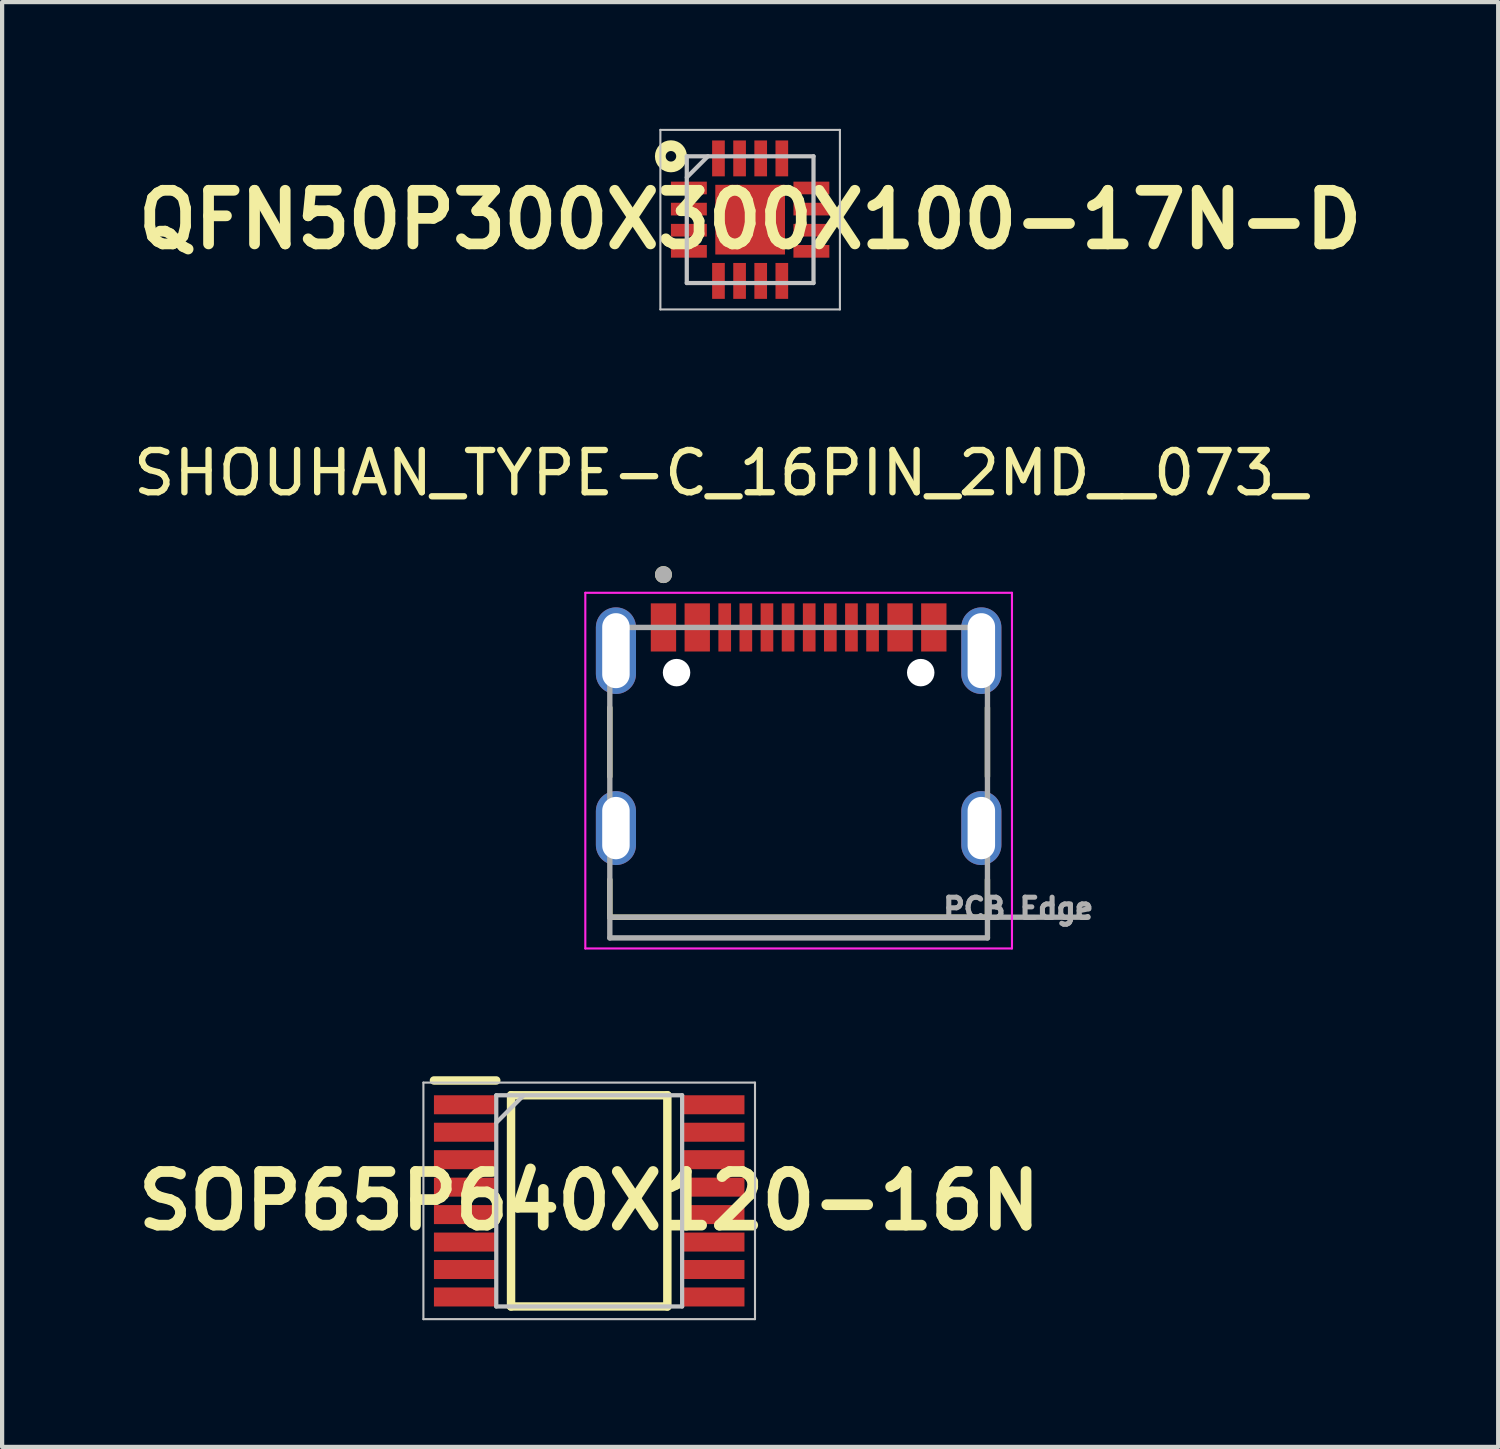
<source format=kicad_pcb>
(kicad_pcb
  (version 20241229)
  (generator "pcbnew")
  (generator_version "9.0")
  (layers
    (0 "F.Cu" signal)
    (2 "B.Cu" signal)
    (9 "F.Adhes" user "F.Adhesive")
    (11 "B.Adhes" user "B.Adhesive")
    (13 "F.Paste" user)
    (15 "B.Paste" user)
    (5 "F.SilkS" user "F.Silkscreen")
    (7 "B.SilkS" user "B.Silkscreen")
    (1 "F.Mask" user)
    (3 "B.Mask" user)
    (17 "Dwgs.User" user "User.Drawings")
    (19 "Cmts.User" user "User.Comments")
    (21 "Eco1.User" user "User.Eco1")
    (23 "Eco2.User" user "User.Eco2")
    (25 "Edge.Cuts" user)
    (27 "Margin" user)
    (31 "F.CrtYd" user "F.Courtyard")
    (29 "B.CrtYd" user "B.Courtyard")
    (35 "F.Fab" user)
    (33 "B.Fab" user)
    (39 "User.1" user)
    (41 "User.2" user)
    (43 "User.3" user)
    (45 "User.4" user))
  (footprint "SOP65P640X120-16N"
    (layer "F.Cu")
    (at 10.898 25.378)
    (property "Reference" "SOP65P640X120-16N" (at 0 0 0) (layer "F.SilkS") (effects (font (size 1.27 1.27) (thickness 0.254))))
    (attr smd)
    (fp_line (start -3.675 -2.85) (end -2.2 -2.85) (stroke (width 0.2) (type solid)) (layer "F.SilkS"))
    (fp_line (start -1.85 -2.5) (end 1.85 -2.5) (stroke (width 0.2) (type solid)) (layer "F.SilkS"))
    (fp_line (start -1.85 2.5) (end -1.85 -2.5) (stroke (width 0.2) (type solid)) (layer "F.SilkS"))
    (fp_line (start 1.85 -2.5) (end 1.85 2.5) (stroke (width 0.2) (type solid)) (layer "F.SilkS"))
    (fp_line (start 1.85 2.5) (end -1.85 2.5) (stroke (width 0.2) (type solid)) (layer "F.SilkS"))
    (fp_line (start -3.925 -2.8) (end 3.925 -2.8) (stroke (width 0.05) (type solid)) (layer "Dwgs.User"))
    (fp_line (start -3.925 2.8) (end -3.925 -2.8) (stroke (width 0.05) (type solid)) (layer "Dwgs.User"))
    (fp_line (start -2.2 -2.5) (end 2.2 -2.5) (stroke (width 0.1) (type solid)) (layer "Dwgs.User"))
    (fp_line (start -2.2 -1.85) (end -1.55 -2.5) (stroke (width 0.1) (type solid)) (layer "Dwgs.User"))
    (fp_line (start -2.2 2.5) (end -2.2 -2.5) (stroke (width 0.1) (type solid)) (layer "Dwgs.User"))
    (fp_line (start 2.2 -2.5) (end 2.2 2.5) (stroke (width 0.1) (type solid)) (layer "Dwgs.User"))
    (fp_line (start 2.2 2.5) (end -2.2 2.5) (stroke (width 0.1) (type solid)) (layer "Dwgs.User"))
    (fp_line (start 3.925 -2.8) (end 3.925 2.8) (stroke (width 0.05) (type solid)) (layer "Dwgs.User"))
    (fp_line (start 3.925 2.8) (end -3.925 2.8) (stroke (width 0.05) (type solid)) (layer "Dwgs.User"))
    (pad "1" smd rect (at -2.938 -2.275 90) (size 0.45 1.475) (layers "F.Cu" "F.Mask" "F.Paste"))
    (pad "2" smd rect (at -2.938 -1.625 90) (size 0.45 1.475) (layers "F.Cu" "F.Mask" "F.Paste"))
    (pad "3" smd rect (at -2.938 -0.975 90) (size 0.45 1.475) (layers "F.Cu" "F.Mask" "F.Paste"))
    (pad "4" smd rect (at -2.938 -0.325 90) (size 0.45 1.475) (layers "F.Cu" "F.Mask" "F.Paste"))
    (pad "5" smd rect (at -2.938 0.325 90) (size 0.45 1.475) (layers "F.Cu" "F.Mask" "F.Paste"))
    (pad "6" smd rect (at -2.938 0.975 90) (size 0.45 1.475) (layers "F.Cu" "F.Mask" "F.Paste"))
    (pad "7" smd rect (at -2.938 1.625 90) (size 0.45 1.475) (layers "F.Cu" "F.Mask" "F.Paste"))
    (pad "8" smd rect (at -2.938 2.275 90) (size 0.45 1.475) (layers "F.Cu" "F.Mask" "F.Paste"))
    (pad "9" smd rect (at 2.938 2.275 90) (size 0.45 1.475) (layers "F.Cu" "F.Mask" "F.Paste"))
    (pad "10" smd rect (at 2.938 1.625 90) (size 0.45 1.475) (layers "F.Cu" "F.Mask" "F.Paste"))
    (pad "11" smd rect (at 2.938 0.975 90) (size 0.45 1.475) (layers "F.Cu" "F.Mask" "F.Paste"))
    (pad "12" smd rect (at 2.938 0.325 90) (size 0.45 1.475) (layers "F.Cu" "F.Mask" "F.Paste"))
    (pad "13" smd rect (at 2.938 -0.325 90) (size 0.45 1.475) (layers "F.Cu" "F.Mask" "F.Paste"))
    (pad "14" smd rect (at 2.938 -0.975 90) (size 0.45 1.475) (layers "F.Cu" "F.Mask" "F.Paste"))
    (pad "15" smd rect (at 2.938 -1.625 90) (size 0.45 1.475) (layers "F.Cu" "F.Mask" "F.Paste"))
    (pad "16" smd rect (at 2.938 -2.275 90) (size 0.45 1.475) (layers "F.Cu" "F.Mask" "F.Paste")))
  (footprint "SHOUHAN_TYPE-C_16PIN_2MD__073_"
    (layer "F.Cu")
    (at 15.856 15.478)
    (property "Reference" "SHOUHAN_TYPE-C_16PIN_2MD__073_" (at -1.85 -7.33 0) (layer "F.SilkS") (effects (font (size 1 1) (thickness 0.15))))
    (attr smd)
    (fp_poly (pts (xy -3.55 -4.295) (xy -2.85 -4.295) (xy -2.85 -3.055) (xy -3.55 -3.055)) (stroke (width 0.01) (type solid)) (fill yes) (layer "F.Mask"))
    (fp_poly (pts (xy -2.75 -4.295) (xy -2.05 -4.295) (xy -2.05 -3.055) (xy -2.75 -3.055)) (stroke (width 0.01) (type solid)) (fill yes) (layer "F.Mask"))
    (fp_poly (pts (xy -1.95 -4.295) (xy -1.55 -4.295) (xy -1.55 -3.055) (xy -1.95 -3.055)) (stroke (width 0.01) (type solid)) (fill yes) (layer "F.Mask"))
    (fp_poly (pts (xy -1.45 -4.295) (xy -1.05 -4.295) (xy -1.05 -3.055) (xy -1.45 -3.055)) (stroke (width 0.01) (type solid)) (fill yes) (layer "F.Mask"))
    (fp_poly (pts (xy -0.95 -4.295) (xy -0.55 -4.295) (xy -0.55 -3.055) (xy -0.95 -3.055)) (stroke (width 0.01) (type solid)) (fill yes) (layer "F.Mask"))
    (fp_poly (pts (xy -0.45 -4.295) (xy -0.05 -4.295) (xy -0.05 -3.055) (xy -0.45 -3.055)) (stroke (width 0.01) (type solid)) (fill yes) (layer "F.Mask"))
    (fp_poly (pts (xy 0.05 -4.295) (xy 0.45 -4.295) (xy 0.45 -3.055) (xy 0.05 -3.055)) (stroke (width 0.01) (type solid)) (fill yes) (layer "F.Mask"))
    (fp_poly (pts (xy 0.55 -4.295) (xy 0.95 -4.295) (xy 0.95 -3.055) (xy 0.55 -3.055)) (stroke (width 0.01) (type solid)) (fill yes) (layer "F.Mask"))
    (fp_poly (pts (xy 1.05 -4.295) (xy 1.45 -4.295) (xy 1.45 -3.055) (xy 1.05 -3.055)) (stroke (width 0.01) (type solid)) (fill yes) (layer "F.Mask"))
    (fp_poly (pts (xy 1.55 -4.295) (xy 1.95 -4.295) (xy 1.95 -3.055) (xy 1.55 -3.055)) (stroke (width 0.01) (type solid)) (fill yes) (layer "F.Mask"))
    (fp_poly (pts (xy 2.05 -4.295) (xy 2.75 -4.295) (xy 2.75 -3.055) (xy 2.05 -3.055)) (stroke (width 0.01) (type solid)) (fill yes) (layer "F.Mask"))
    (fp_poly (pts (xy 2.85 -4.295) (xy 3.55 -4.295) (xy 3.55 -3.055) (xy 2.85 -3.055)) (stroke (width 0.01) (type solid)) (fill yes) (layer "F.Mask"))
    (fp_line (start -4.47 -1.775) (end -4.47 -0.145) (stroke (width 0.127) (type solid)) (layer "F.SilkS"))
    (fp_line (start -4.47 3.185) (end -4.47 2.295) (stroke (width 0.127) (type solid)) (layer "F.SilkS"))
    (fp_line (start -4.47 3.185) (end 4.47 3.185) (stroke (width 0.127) (type solid)) (layer "F.SilkS"))
    (fp_line (start 4.47 -1.775) (end 4.47 -0.145) (stroke (width 0.127) (type solid)) (layer "F.SilkS"))
    (fp_line (start 4.47 3.185) (end 4.47 2.295) (stroke (width 0.127) (type solid)) (layer "F.SilkS"))
    (fp_circle (center -3.2 -4.925) (end -3.1 -4.925) (stroke (width 0.2) (type solid)) (fill no) (layer "F.SilkS"))
    (fp_line (start -5.05 -4.495) (end -5.05 3.925) (stroke (width 0.05) (type solid)) (layer "F.CrtYd"))
    (fp_line (start -5.05 3.925) (end 5.05 3.925) (stroke (width 0.05) (type solid)) (layer "F.CrtYd"))
    (fp_line (start 5.05 -4.495) (end -5.05 -4.495) (stroke (width 0.05) (type solid)) (layer "F.CrtYd"))
    (fp_line (start 5.05 3.925) (end 5.05 -4.495) (stroke (width 0.05) (type solid)) (layer "F.CrtYd"))
    (fp_line (start -4.47 -3.675) (end -4.47 3.185) (stroke (width 0.127) (type solid)) (layer "F.Fab"))
    (fp_line (start -4.47 3.185) (end -4.47 3.675) (stroke (width 0.127) (type solid)) (layer "F.Fab"))
    (fp_line (start -4.47 3.185) (end 6.85 3.185) (stroke (width 0.127) (type solid)) (layer "F.Fab"))
    (fp_line (start -4.47 3.675) (end 4.47 3.675) (stroke (width 0.127) (type solid)) (layer "F.Fab"))
    (fp_line (start 4.47 -3.675) (end -4.47 -3.675) (stroke (width 0.127) (type solid)) (layer "F.Fab"))
    (fp_line (start 4.47 3.675) (end 4.47 -3.675) (stroke (width 0.127) (type solid)) (layer "F.Fab"))
    (fp_circle (center -3.2 -4.925) (end -3.1 -4.925) (stroke (width 0.2) (type solid)) (fill no) (layer "F.Fab"))
    (fp_text user "PCB Edge" (at 5.2 2.975 0) (layer "F.Fab") (effects (font (size 0.48 0.48) (thickness 0.15))))
    (pad "" np_thru_hole circle (at -2.89 -2.605) (size 0.65 0.65) (drill 0.65) (layers "*.Cu" "*.Mask"))
    (pad "" np_thru_hole circle (at 2.89 -2.605) (size 0.65 0.65) (drill 0.65) (layers "*.Cu" "*.Mask"))
    (pad "A1_B12" smd rect (at -3.2 -3.675) (size 0.6 1.14) (layers "F.Cu" "F.Paste"))
    (pad "A4_B9" smd rect (at -2.4 -3.675) (size 0.6 1.14) (layers "F.Cu" "F.Paste"))
    (pad "A5" smd rect (at -1.25 -3.675) (size 0.3 1.14) (layers "F.Cu" "F.Paste"))
    (pad "A6" smd rect (at -0.25 -3.675) (size 0.3 1.14) (layers "F.Cu" "F.Paste"))
    (pad "A7" smd rect (at 0.25 -3.675) (size 0.3 1.14) (layers "F.Cu" "F.Paste"))
    (pad "A8" smd rect (at 1.25 -3.675) (size 0.3 1.14) (layers "F.Cu" "F.Paste"))
    (pad "B1_A12" smd rect (at 3.2 -3.675) (size 0.6 1.14) (layers "F.Cu" "F.Paste"))
    (pad "B4_A9" smd rect (at 2.4 -3.675) (size 0.6 1.14) (layers "F.Cu" "F.Paste"))
    (pad "B5" smd rect (at 1.75 -3.675) (size 0.3 1.14) (layers "F.Cu" "F.Paste"))
    (pad "B6" smd rect (at 0.75 -3.675) (size 0.3 1.14) (layers "F.Cu" "F.Paste"))
    (pad "B7" smd rect (at -0.75 -3.675) (size 0.3 1.14) (layers "F.Cu" "F.Paste"))
    (pad "B8" smd rect (at -1.75 -3.675) (size 0.3 1.14) (layers "F.Cu" "F.Paste"))
    (pad "SH1" thru_hole oval (at -4.325 -3.125) (size 0.95 2.05) (drill oval 0.65 1.776) (layers "*.Cu" "*.Mask"))
    (pad "SH2" thru_hole oval (at 4.325 -3.125) (size 0.95 2.05) (drill oval 0.65 1.776) (layers "*.Cu" "*.Mask"))
    (pad "SH3" thru_hole oval (at -4.325 1.075) (size 0.95 1.75) (drill oval 0.65 1.476) (layers "*.Cu" "*.Mask"))
    (pad "SH4" thru_hole oval (at 4.325 1.075) (size 0.95 1.75) (drill oval 0.65 1.476) (layers "*.Cu" "*.Mask")))
  (footprint "QFN50P300X300X100-17N-D"
    (layer "F.Cu")
    (at 14.708 2.15)
    (property "Reference" "QFN50P300X300X100-17N-D" (at 0 0 0) (layer "F.SilkS") (effects (font (size 1.27 1.27) (thickness 0.254))))
    (attr smd)
    (fp_circle (center -1.875 -1.5) (end -1.75 -1.5) (stroke (width 0.254) (type solid)) (fill no) (layer "F.SilkS"))
    (fp_line (start -2.125 -2.125) (end 2.125 -2.125) (stroke (width 0.05) (type solid)) (layer "Dwgs.User"))
    (fp_line (start -2.125 2.125) (end -2.125 -2.125) (stroke (width 0.05) (type solid)) (layer "Dwgs.User"))
    (fp_line (start -1.5 -1.5) (end 1.5 -1.5) (stroke (width 0.1) (type solid)) (layer "Dwgs.User"))
    (fp_line (start -1.5 -1) (end -1 -1.5) (stroke (width 0.1) (type solid)) (layer "Dwgs.User"))
    (fp_line (start -1.5 1.5) (end -1.5 -1.5) (stroke (width 0.1) (type solid)) (layer "Dwgs.User"))
    (fp_line (start 1.5 -1.5) (end 1.5 1.5) (stroke (width 0.1) (type solid)) (layer "Dwgs.User"))
    (fp_line (start 1.5 1.5) (end -1.5 1.5) (stroke (width 0.1) (type solid)) (layer "Dwgs.User"))
    (fp_line (start 2.125 -2.125) (end 2.125 2.125) (stroke (width 0.05) (type solid)) (layer "Dwgs.User"))
    (fp_line (start 2.125 2.125) (end -2.125 2.125) (stroke (width 0.05) (type solid)) (layer "Dwgs.User"))
    (pad "1" smd rect (at -1.45 -0.75 90) (size 0.3 0.85) (layers "F.Cu" "F.Mask" "F.Paste"))
    (pad "2" smd rect (at -1.45 -0.25 90) (size 0.3 0.85) (layers "F.Cu" "F.Mask" "F.Paste"))
    (pad "3" smd rect (at -1.45 0.25 90) (size 0.3 0.85) (layers "F.Cu" "F.Mask" "F.Paste"))
    (pad "4" smd rect (at -1.45 0.75 90) (size 0.3 0.85) (layers "F.Cu" "F.Mask" "F.Paste"))
    (pad "5" smd rect (at -0.75 1.45) (size 0.3 0.85) (layers "F.Cu" "F.Mask" "F.Paste"))
    (pad "6" smd rect (at -0.25 1.45) (size 0.3 0.85) (layers "F.Cu" "F.Mask" "F.Paste"))
    (pad "7" smd rect (at 0.25 1.45) (size 0.3 0.85) (layers "F.Cu" "F.Mask" "F.Paste"))
    (pad "8" smd rect (at 0.75 1.45) (size 0.3 0.85) (layers "F.Cu" "F.Mask" "F.Paste"))
    (pad "9" smd rect (at 1.45 0.75 90) (size 0.3 0.85) (layers "F.Cu" "F.Mask" "F.Paste"))
    (pad "10" smd rect (at 1.45 0.25 90) (size 0.3 0.85) (layers "F.Cu" "F.Mask" "F.Paste"))
    (pad "11" smd rect (at 1.45 -0.25 90) (size 0.3 0.85) (layers "F.Cu" "F.Mask" "F.Paste"))
    (pad "12" smd rect (at 1.45 -0.75 90) (size 0.3 0.85) (layers "F.Cu" "F.Mask" "F.Paste"))
    (pad "13" smd rect (at 0.75 -1.45) (size 0.3 0.85) (layers "F.Cu" "F.Mask" "F.Paste"))
    (pad "14" smd rect (at 0.25 -1.45) (size 0.3 0.85) (layers "F.Cu" "F.Mask" "F.Paste"))
    (pad "15" smd rect (at -0.25 -1.45) (size 0.3 0.85) (layers "F.Cu" "F.Mask" "F.Paste"))
    (pad "16" smd rect (at -0.75 -1.45) (size 0.3 0.85) (layers "F.Cu" "F.Mask" "F.Paste"))
    (pad "17" smd rect (at 0 0) (size 1.65 1.65) (layers "F.Cu" "F.Mask" "F.Paste")))
  (gr_rect
    (start -3 -3)
    (end 32.416 31.203)
    (stroke (width 0.1) (type default))
    (fill no)
    (layer "Edge.Cuts")))
</source>
